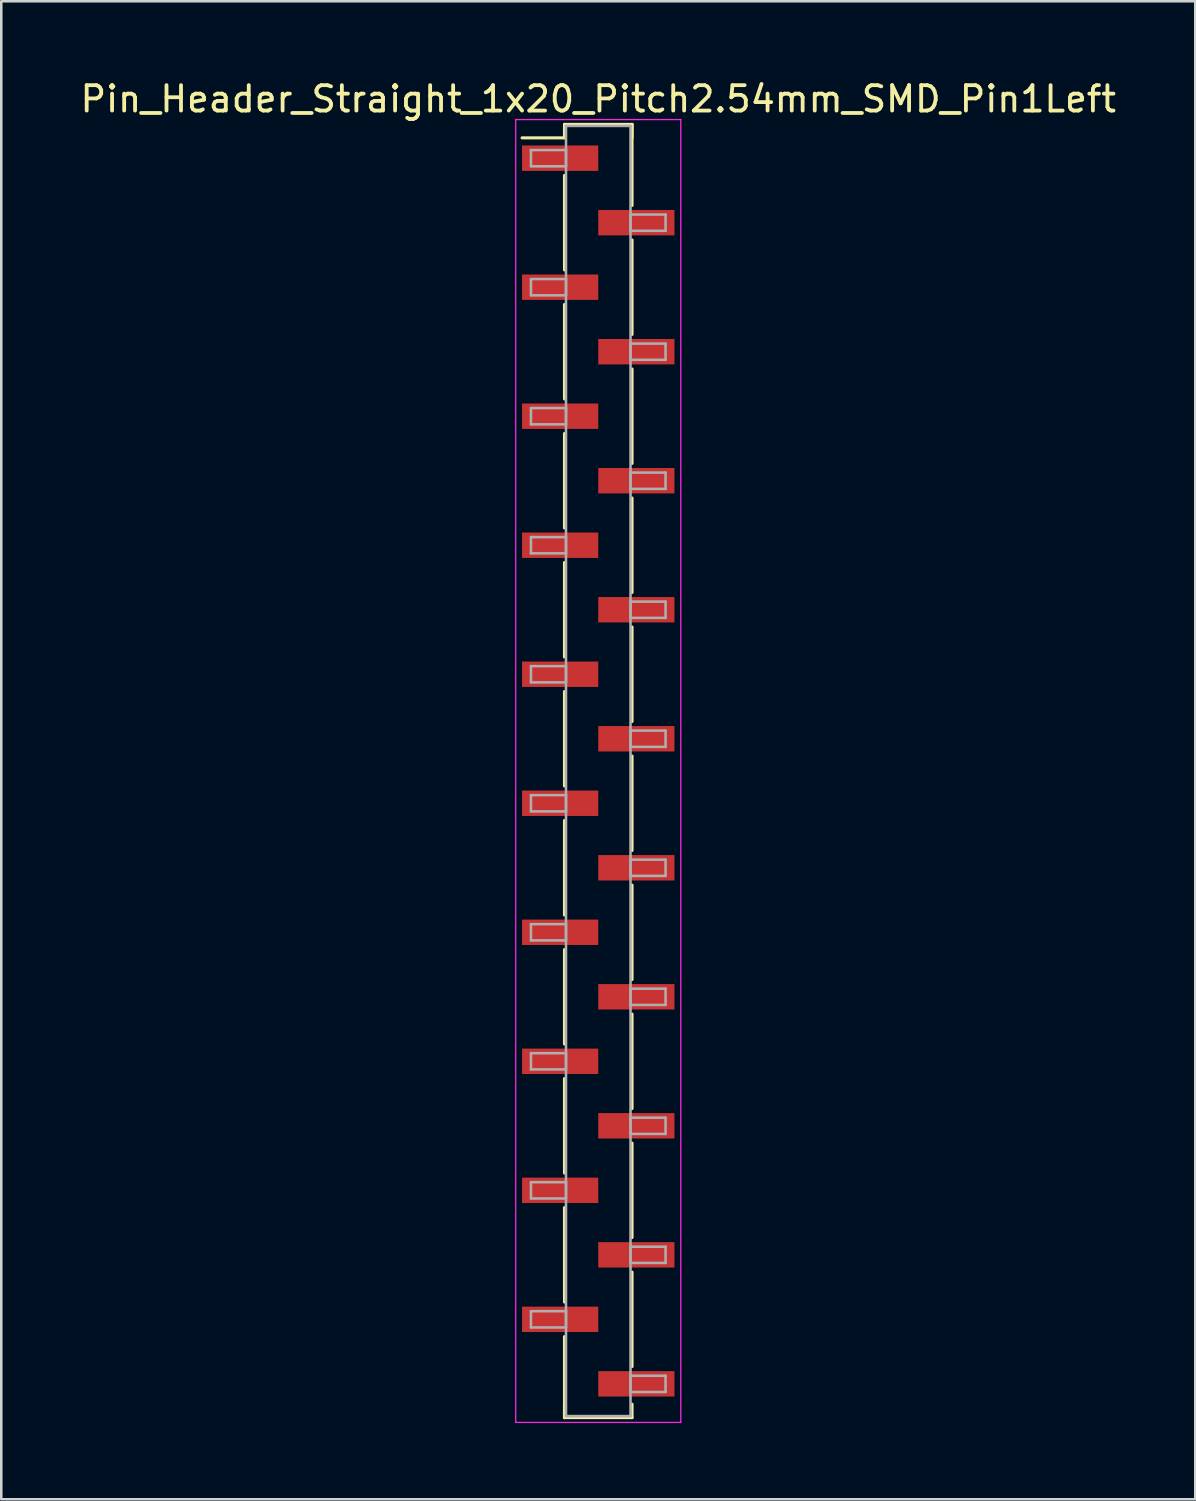
<source format=kicad_pcb>
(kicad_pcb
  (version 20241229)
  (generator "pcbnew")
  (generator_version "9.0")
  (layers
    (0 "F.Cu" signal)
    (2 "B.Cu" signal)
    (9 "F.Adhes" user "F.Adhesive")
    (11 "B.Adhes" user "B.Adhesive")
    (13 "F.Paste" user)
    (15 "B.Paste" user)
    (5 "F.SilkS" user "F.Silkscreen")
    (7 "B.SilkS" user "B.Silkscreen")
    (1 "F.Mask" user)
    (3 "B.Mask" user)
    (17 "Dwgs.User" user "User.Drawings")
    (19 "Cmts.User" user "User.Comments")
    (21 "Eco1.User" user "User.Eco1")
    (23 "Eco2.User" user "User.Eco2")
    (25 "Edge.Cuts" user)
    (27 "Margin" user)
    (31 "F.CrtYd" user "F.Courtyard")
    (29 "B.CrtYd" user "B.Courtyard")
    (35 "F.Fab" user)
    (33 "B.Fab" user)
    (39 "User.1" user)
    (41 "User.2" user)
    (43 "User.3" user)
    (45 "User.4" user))
  (footprint "Pin_Header_Straight_1x20_Pitch2.54mm_SMD_Pin1Left"
    (layer "F.Cu")
    (at 20.506 27.308)
    (property "Reference" "Pin_Header_Straight_1x20_Pitch2.54mm_SMD_Pin1Left" (at 0 -26.46 0) (layer "F.SilkS") (effects (font (size 1 1) (thickness 0.15))))
    (attr smd)
    (fp_line (start -1.33 -25.46) (end 1.33 -25.46) (stroke (width 0.12) (type solid)) (layer "F.SilkS"))
    (fp_line (start -1.33 -24.93) (end -3 -24.93) (stroke (width 0.12) (type solid)) (layer "F.SilkS"))
    (fp_line (start -1.33 -24.93) (end -1.33 -25.46) (stroke (width 0.12) (type solid)) (layer "F.SilkS"))
    (fp_line (start -1.33 -23.45) (end -1.33 -19.73) (stroke (width 0.12) (type solid)) (layer "F.SilkS"))
    (fp_line (start -1.33 -18.37) (end -1.33 -14.65) (stroke (width 0.12) (type solid)) (layer "F.SilkS"))
    (fp_line (start -1.33 -13.29) (end -1.33 -9.57) (stroke (width 0.12) (type solid)) (layer "F.SilkS"))
    (fp_line (start -1.33 -8.21) (end -1.33 -4.49) (stroke (width 0.12) (type solid)) (layer "F.SilkS"))
    (fp_line (start -1.33 -3.13) (end -1.33 0.59) (stroke (width 0.12) (type solid)) (layer "F.SilkS"))
    (fp_line (start -1.33 1.95) (end -1.33 5.67) (stroke (width 0.12) (type solid)) (layer "F.SilkS"))
    (fp_line (start -1.33 7.03) (end -1.33 10.75) (stroke (width 0.12) (type solid)) (layer "F.SilkS"))
    (fp_line (start -1.33 12.11) (end -1.33 15.83) (stroke (width 0.12) (type solid)) (layer "F.SilkS"))
    (fp_line (start -1.33 17.19) (end -1.33 20.91) (stroke (width 0.12) (type solid)) (layer "F.SilkS"))
    (fp_line (start -1.33 22.27) (end -1.33 25.46) (stroke (width 0.12) (type solid)) (layer "F.SilkS"))
    (fp_line (start -1.33 24.93) (end -1.33 25.46) (stroke (width 0.12) (type solid)) (layer "F.SilkS"))
    (fp_line (start -1.33 25.46) (end 1.33 25.46) (stroke (width 0.12) (type solid)) (layer "F.SilkS"))
    (fp_line (start 1.33 -25.46) (end 1.33 -24.93) (stroke (width 0.12) (type solid)) (layer "F.SilkS"))
    (fp_line (start 1.33 -25.46) (end 1.33 -22.27) (stroke (width 0.12) (type solid)) (layer "F.SilkS"))
    (fp_line (start 1.33 -20.91) (end 1.33 -17.19) (stroke (width 0.12) (type solid)) (layer "F.SilkS"))
    (fp_line (start 1.33 -15.83) (end 1.33 -12.11) (stroke (width 0.12) (type solid)) (layer "F.SilkS"))
    (fp_line (start 1.33 -10.75) (end 1.33 -7.03) (stroke (width 0.12) (type solid)) (layer "F.SilkS"))
    (fp_line (start 1.33 -5.67) (end 1.33 -1.95) (stroke (width 0.12) (type solid)) (layer "F.SilkS"))
    (fp_line (start 1.33 -0.59) (end 1.33 3.13) (stroke (width 0.12) (type solid)) (layer "F.SilkS"))
    (fp_line (start 1.33 4.49) (end 1.33 8.21) (stroke (width 0.12) (type solid)) (layer "F.SilkS"))
    (fp_line (start 1.33 9.57) (end 1.33 13.29) (stroke (width 0.12) (type solid)) (layer "F.SilkS"))
    (fp_line (start 1.33 14.65) (end 1.33 18.37) (stroke (width 0.12) (type solid)) (layer "F.SilkS"))
    (fp_line (start 1.33 19.73) (end 1.33 23.45) (stroke (width 0.12) (type solid)) (layer "F.SilkS"))
    (fp_line (start 1.33 25.46) (end 1.33 24.93) (stroke (width 0.12) (type solid)) (layer "F.SilkS"))
    (fp_line (start -3.25 -25.65) (end -3.25 25.65) (stroke (width 0.05) (type solid)) (layer "F.CrtYd"))
    (fp_line (start -3.25 25.65) (end 3.25 25.65) (stroke (width 0.05) (type solid)) (layer "F.CrtYd"))
    (fp_line (start 3.25 -25.65) (end -3.25 -25.65) (stroke (width 0.05) (type solid)) (layer "F.CrtYd"))
    (fp_line (start 3.25 25.65) (end 3.25 -25.65) (stroke (width 0.05) (type solid)) (layer "F.CrtYd"))
    (fp_line (start -2.65 -24.45) (end -1.27 -24.45) (stroke (width 0.1) (type solid)) (layer "F.Fab"))
    (fp_line (start -2.65 -23.81) (end -2.65 -24.45) (stroke (width 0.1) (type solid)) (layer "F.Fab"))
    (fp_line (start -2.65 -19.37) (end -1.27 -19.37) (stroke (width 0.1) (type solid)) (layer "F.Fab"))
    (fp_line (start -2.65 -18.73) (end -2.65 -19.37) (stroke (width 0.1) (type solid)) (layer "F.Fab"))
    (fp_line (start -2.65 -14.29) (end -1.27 -14.29) (stroke (width 0.1) (type solid)) (layer "F.Fab"))
    (fp_line (start -2.65 -13.65) (end -2.65 -14.29) (stroke (width 0.1) (type solid)) (layer "F.Fab"))
    (fp_line (start -2.65 -9.21) (end -1.27 -9.21) (stroke (width 0.1) (type solid)) (layer "F.Fab"))
    (fp_line (start -2.65 -8.57) (end -2.65 -9.21) (stroke (width 0.1) (type solid)) (layer "F.Fab"))
    (fp_line (start -2.65 -4.13) (end -1.27 -4.13) (stroke (width 0.1) (type solid)) (layer "F.Fab"))
    (fp_line (start -2.65 -3.49) (end -2.65 -4.13) (stroke (width 0.1) (type solid)) (layer "F.Fab"))
    (fp_line (start -2.65 0.95) (end -1.27 0.95) (stroke (width 0.1) (type solid)) (layer "F.Fab"))
    (fp_line (start -2.65 1.59) (end -2.65 0.95) (stroke (width 0.1) (type solid)) (layer "F.Fab"))
    (fp_line (start -2.65 6.03) (end -1.27 6.03) (stroke (width 0.1) (type solid)) (layer "F.Fab"))
    (fp_line (start -2.65 6.67) (end -2.65 6.03) (stroke (width 0.1) (type solid)) (layer "F.Fab"))
    (fp_line (start -2.65 11.11) (end -1.27 11.11) (stroke (width 0.1) (type solid)) (layer "F.Fab"))
    (fp_line (start -2.65 11.75) (end -2.65 11.11) (stroke (width 0.1) (type solid)) (layer "F.Fab"))
    (fp_line (start -2.65 16.19) (end -1.27 16.19) (stroke (width 0.1) (type solid)) (layer "F.Fab"))
    (fp_line (start -2.65 16.83) (end -2.65 16.19) (stroke (width 0.1) (type solid)) (layer "F.Fab"))
    (fp_line (start -2.65 21.27) (end -1.27 21.27) (stroke (width 0.1) (type solid)) (layer "F.Fab"))
    (fp_line (start -2.65 21.91) (end -2.65 21.27) (stroke (width 0.1) (type solid)) (layer "F.Fab"))
    (fp_line (start -1.27 -25.4) (end -1.27 25.4) (stroke (width 0.1) (type solid)) (layer "F.Fab"))
    (fp_line (start -1.27 -24.45) (end -1.27 -23.81) (stroke (width 0.1) (type solid)) (layer "F.Fab"))
    (fp_line (start -1.27 -23.81) (end -2.65 -23.81) (stroke (width 0.1) (type solid)) (layer "F.Fab"))
    (fp_line (start -1.27 -19.37) (end -1.27 -18.73) (stroke (width 0.1) (type solid)) (layer "F.Fab"))
    (fp_line (start -1.27 -18.73) (end -2.65 -18.73) (stroke (width 0.1) (type solid)) (layer "F.Fab"))
    (fp_line (start -1.27 -14.29) (end -1.27 -13.65) (stroke (width 0.1) (type solid)) (layer "F.Fab"))
    (fp_line (start -1.27 -13.65) (end -2.65 -13.65) (stroke (width 0.1) (type solid)) (layer "F.Fab"))
    (fp_line (start -1.27 -9.21) (end -1.27 -8.57) (stroke (width 0.1) (type solid)) (layer "F.Fab"))
    (fp_line (start -1.27 -8.57) (end -2.65 -8.57) (stroke (width 0.1) (type solid)) (layer "F.Fab"))
    (fp_line (start -1.27 -4.13) (end -1.27 -3.49) (stroke (width 0.1) (type solid)) (layer "F.Fab"))
    (fp_line (start -1.27 -3.49) (end -2.65 -3.49) (stroke (width 0.1) (type solid)) (layer "F.Fab"))
    (fp_line (start -1.27 0.95) (end -1.27 1.59) (stroke (width 0.1) (type solid)) (layer "F.Fab"))
    (fp_line (start -1.27 1.59) (end -2.65 1.59) (stroke (width 0.1) (type solid)) (layer "F.Fab"))
    (fp_line (start -1.27 6.03) (end -1.27 6.67) (stroke (width 0.1) (type solid)) (layer "F.Fab"))
    (fp_line (start -1.27 6.67) (end -2.65 6.67) (stroke (width 0.1) (type solid)) (layer "F.Fab"))
    (fp_line (start -1.27 11.11) (end -1.27 11.75) (stroke (width 0.1) (type solid)) (layer "F.Fab"))
    (fp_line (start -1.27 11.75) (end -2.65 11.75) (stroke (width 0.1) (type solid)) (layer "F.Fab"))
    (fp_line (start -1.27 16.19) (end -1.27 16.83) (stroke (width 0.1) (type solid)) (layer "F.Fab"))
    (fp_line (start -1.27 16.83) (end -2.65 16.83) (stroke (width 0.1) (type solid)) (layer "F.Fab"))
    (fp_line (start -1.27 21.27) (end -1.27 21.91) (stroke (width 0.1) (type solid)) (layer "F.Fab"))
    (fp_line (start -1.27 21.91) (end -2.65 21.91) (stroke (width 0.1) (type solid)) (layer "F.Fab"))
    (fp_line (start -1.27 25.4) (end 1.27 25.4) (stroke (width 0.1) (type solid)) (layer "F.Fab"))
    (fp_line (start 1.27 -25.4) (end -1.27 -25.4) (stroke (width 0.1) (type solid)) (layer "F.Fab"))
    (fp_line (start 1.27 -21.91) (end 1.27 -21.27) (stroke (width 0.1) (type solid)) (layer "F.Fab"))
    (fp_line (start 1.27 -21.27) (end 2.65 -21.27) (stroke (width 0.1) (type solid)) (layer "F.Fab"))
    (fp_line (start 1.27 -16.83) (end 1.27 -16.19) (stroke (width 0.1) (type solid)) (layer "F.Fab"))
    (fp_line (start 1.27 -16.19) (end 2.65 -16.19) (stroke (width 0.1) (type solid)) (layer "F.Fab"))
    (fp_line (start 1.27 -11.75) (end 1.27 -11.11) (stroke (width 0.1) (type solid)) (layer "F.Fab"))
    (fp_line (start 1.27 -11.11) (end 2.65 -11.11) (stroke (width 0.1) (type solid)) (layer "F.Fab"))
    (fp_line (start 1.27 -6.67) (end 1.27 -6.03) (stroke (width 0.1) (type solid)) (layer "F.Fab"))
    (fp_line (start 1.27 -6.03) (end 2.65 -6.03) (stroke (width 0.1) (type solid)) (layer "F.Fab"))
    (fp_line (start 1.27 -1.59) (end 1.27 -0.95) (stroke (width 0.1) (type solid)) (layer "F.Fab"))
    (fp_line (start 1.27 -0.95) (end 2.65 -0.95) (stroke (width 0.1) (type solid)) (layer "F.Fab"))
    (fp_line (start 1.27 3.49) (end 1.27 4.13) (stroke (width 0.1) (type solid)) (layer "F.Fab"))
    (fp_line (start 1.27 4.13) (end 2.65 4.13) (stroke (width 0.1) (type solid)) (layer "F.Fab"))
    (fp_line (start 1.27 8.57) (end 1.27 9.21) (stroke (width 0.1) (type solid)) (layer "F.Fab"))
    (fp_line (start 1.27 9.21) (end 2.65 9.21) (stroke (width 0.1) (type solid)) (layer "F.Fab"))
    (fp_line (start 1.27 13.65) (end 1.27 14.29) (stroke (width 0.1) (type solid)) (layer "F.Fab"))
    (fp_line (start 1.27 14.29) (end 2.65 14.29) (stroke (width 0.1) (type solid)) (layer "F.Fab"))
    (fp_line (start 1.27 18.73) (end 1.27 19.37) (stroke (width 0.1) (type solid)) (layer "F.Fab"))
    (fp_line (start 1.27 19.37) (end 2.65 19.37) (stroke (width 0.1) (type solid)) (layer "F.Fab"))
    (fp_line (start 1.27 23.81) (end 1.27 24.45) (stroke (width 0.1) (type solid)) (layer "F.Fab"))
    (fp_line (start 1.27 24.45) (end 2.65 24.45) (stroke (width 0.1) (type solid)) (layer "F.Fab"))
    (fp_line (start 1.27 25.4) (end 1.27 -25.4) (stroke (width 0.1) (type solid)) (layer "F.Fab"))
    (fp_line (start 2.65 -21.91) (end 1.27 -21.91) (stroke (width 0.1) (type solid)) (layer "F.Fab"))
    (fp_line (start 2.65 -21.27) (end 2.65 -21.91) (stroke (width 0.1) (type solid)) (layer "F.Fab"))
    (fp_line (start 2.65 -16.83) (end 1.27 -16.83) (stroke (width 0.1) (type solid)) (layer "F.Fab"))
    (fp_line (start 2.65 -16.19) (end 2.65 -16.83) (stroke (width 0.1) (type solid)) (layer "F.Fab"))
    (fp_line (start 2.65 -11.75) (end 1.27 -11.75) (stroke (width 0.1) (type solid)) (layer "F.Fab"))
    (fp_line (start 2.65 -11.11) (end 2.65 -11.75) (stroke (width 0.1) (type solid)) (layer "F.Fab"))
    (fp_line (start 2.65 -6.67) (end 1.27 -6.67) (stroke (width 0.1) (type solid)) (layer "F.Fab"))
    (fp_line (start 2.65 -6.03) (end 2.65 -6.67) (stroke (width 0.1) (type solid)) (layer "F.Fab"))
    (fp_line (start 2.65 -1.59) (end 1.27 -1.59) (stroke (width 0.1) (type solid)) (layer "F.Fab"))
    (fp_line (start 2.65 -0.95) (end 2.65 -1.59) (stroke (width 0.1) (type solid)) (layer "F.Fab"))
    (fp_line (start 2.65 3.49) (end 1.27 3.49) (stroke (width 0.1) (type solid)) (layer "F.Fab"))
    (fp_line (start 2.65 4.13) (end 2.65 3.49) (stroke (width 0.1) (type solid)) (layer "F.Fab"))
    (fp_line (start 2.65 8.57) (end 1.27 8.57) (stroke (width 0.1) (type solid)) (layer "F.Fab"))
    (fp_line (start 2.65 9.21) (end 2.65 8.57) (stroke (width 0.1) (type solid)) (layer "F.Fab"))
    (fp_line (start 2.65 13.65) (end 1.27 13.65) (stroke (width 0.1) (type solid)) (layer "F.Fab"))
    (fp_line (start 2.65 14.29) (end 2.65 13.65) (stroke (width 0.1) (type solid)) (layer "F.Fab"))
    (fp_line (start 2.65 18.73) (end 1.27 18.73) (stroke (width 0.1) (type solid)) (layer "F.Fab"))
    (fp_line (start 2.65 19.37) (end 2.65 18.73) (stroke (width 0.1) (type solid)) (layer "F.Fab"))
    (fp_line (start 2.65 23.81) (end 1.27 23.81) (stroke (width 0.1) (type solid)) (layer "F.Fab"))
    (fp_line (start 2.65 24.45) (end 2.65 23.81) (stroke (width 0.1) (type solid)) (layer "F.Fab"))
    (pad "1" smd rect (at -1.5 -24.13) (size 3 1) (layers "F.Cu" "F.Mask"))
    (pad "2" smd rect (at 1.5 -21.59) (size 3 1) (layers "F.Cu" "F.Mask"))
    (pad "3" smd rect (at -1.5 -19.05) (size 3 1) (layers "F.Cu" "F.Mask"))
    (pad "4" smd rect (at 1.5 -16.51) (size 3 1) (layers "F.Cu" "F.Mask"))
    (pad "5" smd rect (at -1.5 -13.97) (size 3 1) (layers "F.Cu" "F.Mask"))
    (pad "6" smd rect (at 1.5 -11.43) (size 3 1) (layers "F.Cu" "F.Mask"))
    (pad "7" smd rect (at -1.5 -8.89) (size 3 1) (layers "F.Cu" "F.Mask"))
    (pad "8" smd rect (at 1.5 -6.35) (size 3 1) (layers "F.Cu" "F.Mask"))
    (pad "9" smd rect (at -1.5 -3.81) (size 3 1) (layers "F.Cu" "F.Mask"))
    (pad "10" smd rect (at 1.5 -1.27) (size 3 1) (layers "F.Cu" "F.Mask"))
    (pad "11" smd rect (at -1.5 1.27) (size 3 1) (layers "F.Cu" "F.Mask"))
    (pad "12" smd rect (at 1.5 3.81) (size 3 1) (layers "F.Cu" "F.Mask"))
    (pad "13" smd rect (at -1.5 6.35) (size 3 1) (layers "F.Cu" "F.Mask"))
    (pad "14" smd rect (at 1.5 8.89) (size 3 1) (layers "F.Cu" "F.Mask"))
    (pad "15" smd rect (at -1.5 11.43) (size 3 1) (layers "F.Cu" "F.Mask"))
    (pad "16" smd rect (at 1.5 13.97) (size 3 1) (layers "F.Cu" "F.Mask"))
    (pad "17" smd rect (at -1.5 16.51) (size 3 1) (layers "F.Cu" "F.Mask"))
    (pad "18" smd rect (at 1.5 19.05) (size 3 1) (layers "F.Cu" "F.Mask"))
    (pad "19" smd rect (at -1.5 21.59) (size 3 1) (layers "F.Cu" "F.Mask"))
    (pad "20" smd rect (at 1.5 24.13) (size 3 1) (layers "F.Cu" "F.Mask")))
  (gr_rect
    (start -3 -3)
    (end 44.012 55.983)
    (stroke (width 0.1) (type default))
    (fill no)
    (layer "Edge.Cuts")))
</source>
